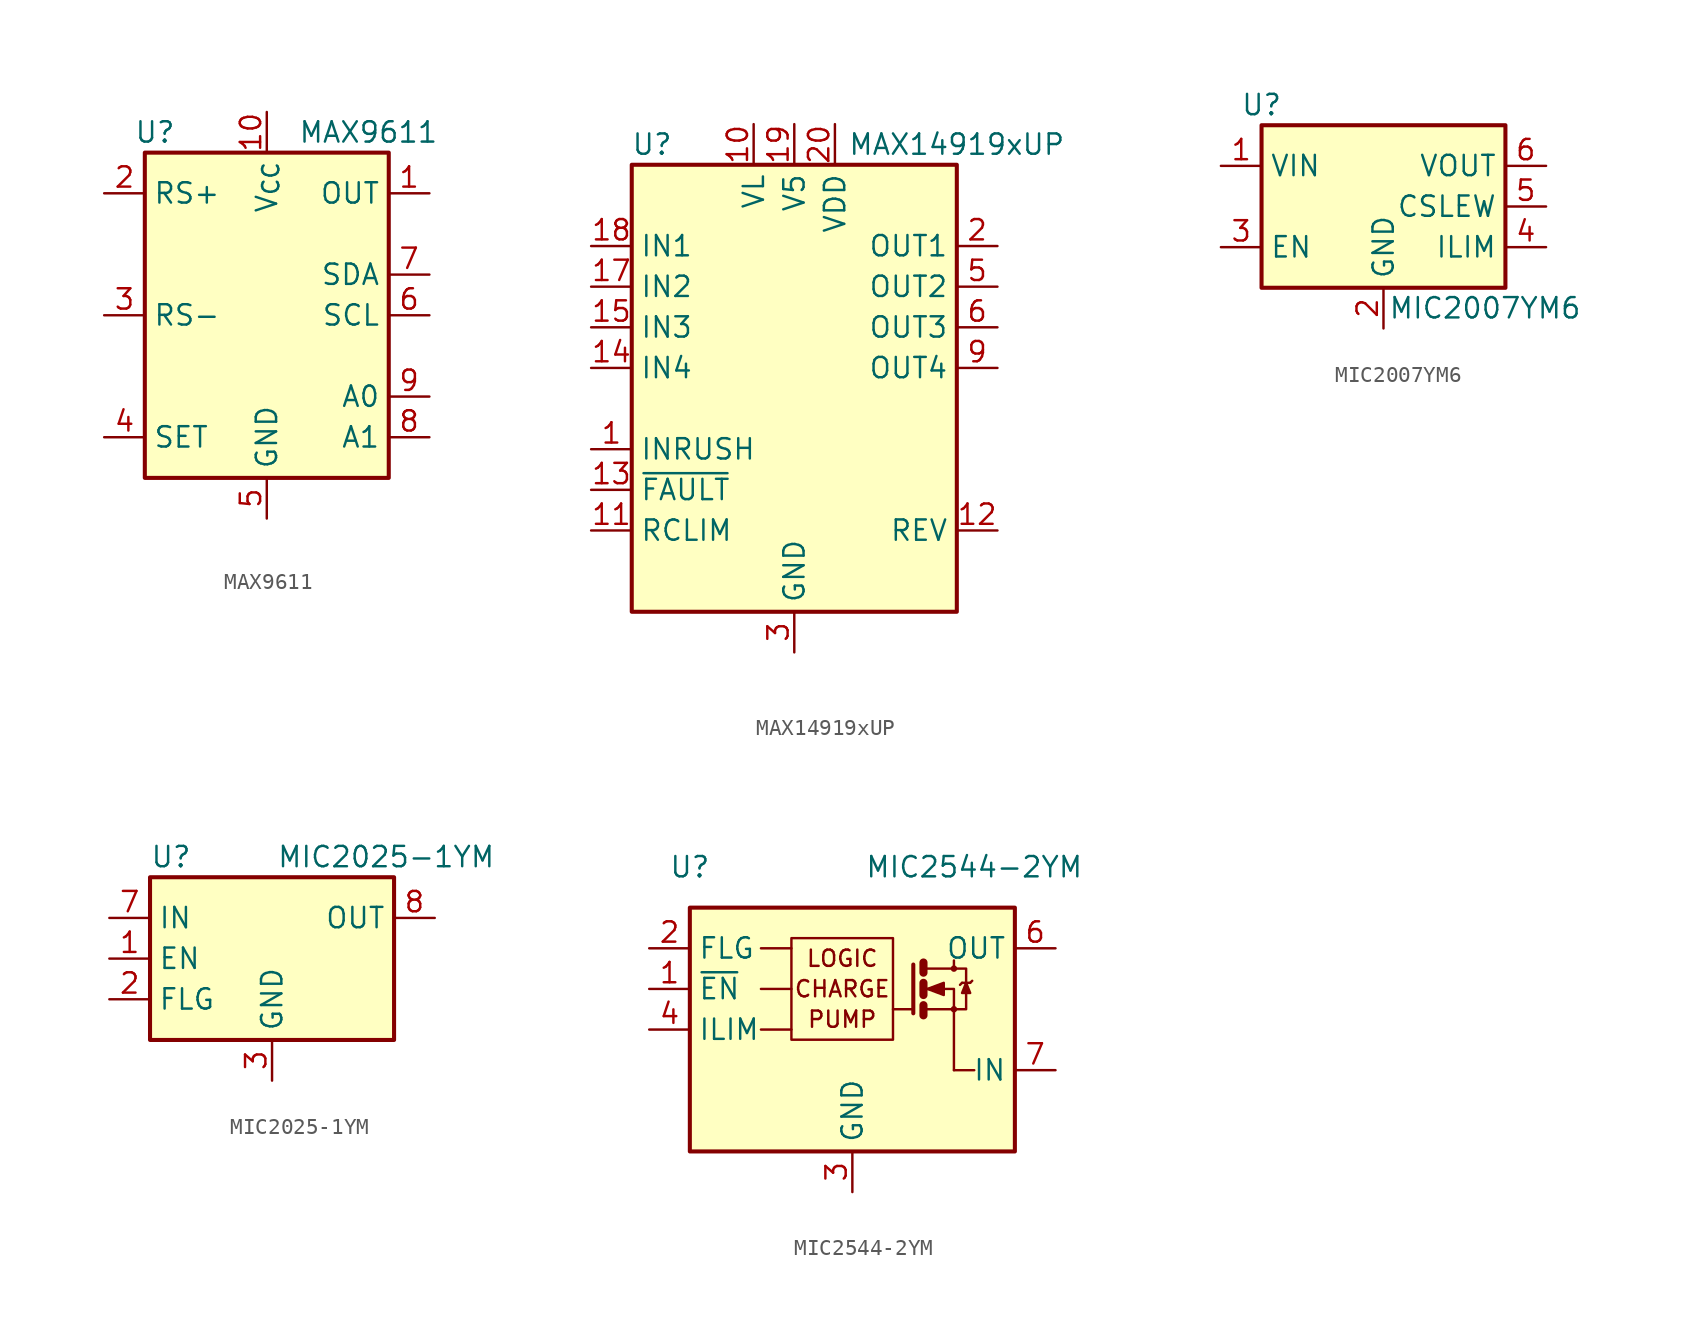
<source format=kicad_sym>
(kicad_symbol_lib
  (version 20231120)
  (generator "kicad_symbol_editor")
  (generator_version "8.0")
  (symbol "MAX9611"
    (property "Reference" "U"
      (at -6.985 11.43 0)
      (effects (font (size 1.27 1.27))))
    (property "Value" "MAX9611"
      (at 6.35 11.43 0)
      (effects (font (size 1.27 1.27))))
    (symbol "MAX9611_1_1"
      (rectangle (start -7.62 10.16) (end 7.62 -10.16) (stroke (width 0.254) (type default)) (fill (type background)))
      (pin output line (at 10.16 7.62 180) (length 2.54) (name "OUT" (effects (font (size 1.27 1.27)))) (number "1" (effects (font (size 1.27 1.27)))))
      (pin power_in line (at 0 12.7 270) (length 2.54) (name "V_{CC}" (effects (font (size 1.27 1.27)))) (number "10" (effects (font (size 1.27 1.27)))))
      (pin input line (at -10.16 7.62 0) (length 2.54) (name "RS+" (effects (font (size 1.27 1.27)))) (number "2" (effects (font (size 1.27 1.27)))))
      (pin input line (at -10.16 0 0) (length 2.54) (name "RS-" (effects (font (size 1.27 1.27)))) (number "3" (effects (font (size 1.27 1.27)))))
      (pin input line (at -10.16 -7.62 0) (length 2.54) (name "SET" (effects (font (size 1.27 1.27)))) (number "4" (effects (font (size 1.27 1.27)))))
      (pin power_in line (at 0 -12.7 90) (length 2.54) (name "GND" (effects (font (size 1.27 1.27)))) (number "5" (effects (font (size 1.27 1.27)))))
      (pin input line (at 10.16 0 180) (length 2.54) (name "SCL" (effects (font (size 1.27 1.27)))) (number "6" (effects (font (size 1.27 1.27)))))
      (pin bidirectional line (at 10.16 2.54 180) (length 2.54) (name "SDA" (effects (font (size 1.27 1.27)))) (number "7" (effects (font (size 1.27 1.27)))))
      (pin input line (at 10.16 -7.62 180) (length 2.54) (name "A1" (effects (font (size 1.27 1.27)))) (number "8" (effects (font (size 1.27 1.27)))))
      (pin input line (at 10.16 -5.08 180) (length 2.54) (name "A0" (effects (font (size 1.27 1.27)))) (number "9" (effects (font (size 1.27 1.27)))))))
  (symbol "MAX14919xUP"
    (property "Reference" "U"
      (at -8.89 13.97 0)
      (effects (font (size 1.27 1.27))))
    (property "Value" "MAX14919xUP"
      (at 10.16 13.97 0)
      (effects (font (size 1.27 1.27))))
    (symbol "MAX14919xUP_0_1"
      (rectangle (start -10.16 12.7) (end 10.16 -15.24) (stroke (width 0.254) (type default)) (fill (type background))))
    (symbol "MAX14919xUP_1_1"
      (pin input line (at -12.7 -5.08 0) (length 2.54) (name "INRUSH" (effects (font (size 1.27 1.27)))) (number "1" (effects (font (size 1.27 1.27)))))
      (pin power_in line (at -2.54 15.24 270) (length 2.54) (name "VL" (effects (font (size 1.27 1.27)))) (number "10" (effects (font (size 1.27 1.27)))))
      (pin passive line (at -12.7 -10.16 0) (length 2.54) (name "RCLIM" (effects (font (size 1.27 1.27)))) (number "11" (effects (font (size 1.27 1.27)))))
      (pin open_collector line (at 12.7 -10.16 180) (length 2.54) (name "REV" (effects (font (size 1.27 1.27)))) (number "12" (effects (font (size 1.27 1.27)))))
      (pin open_collector line (at -12.7 -7.62 0) (length 2.54) (name "~{FAULT}" (effects (font (size 1.27 1.27)))) (number "13" (effects (font (size 1.27 1.27)))))
      (pin input line (at -12.7 0 0) (length 2.54) (name "IN4" (effects (font (size 1.27 1.27)))) (number "14" (effects (font (size 1.27 1.27)))))
      (pin input line (at -12.7 2.54 0) (length 2.54) (name "IN3" (effects (font (size 1.27 1.27)))) (number "15" (effects (font (size 1.27 1.27)))))
      (pin passive line (at 0 -17.78 90) (length 2.54) hide (name "GND" (effects (font (size 1.27 1.27)))) (number "16" (effects (font (size 1.27 1.27)))))
      (pin input line (at -12.7 5.08 0) (length 2.54) (name "IN2" (effects (font (size 1.27 1.27)))) (number "17" (effects (font (size 1.27 1.27)))))
      (pin input line (at -12.7 7.62 0) (length 2.54) (name "IN1" (effects (font (size 1.27 1.27)))) (number "18" (effects (font (size 1.27 1.27)))))
      (pin power_out line (at 0 15.24 270) (length 2.54) (name "V5" (effects (font (size 1.27 1.27)))) (number "19" (effects (font (size 1.27 1.27)))))
      (pin open_collector line (at 12.7 7.62 180) (length 2.54) (name "OUT1" (effects (font (size 1.27 1.27)))) (number "2" (effects (font (size 1.27 1.27)))))
      (pin power_in line (at 2.54 15.24 270) (length 2.54) (name "VDD" (effects (font (size 1.27 1.27)))) (number "20" (effects (font (size 1.27 1.27)))))
      (pin passive line (at 0 -17.78 90) (length 2.54) hide (name "GND" (effects (font (size 1.27 1.27)))) (number "21" (effects (font (size 1.27 1.27)))))
      (pin power_in line (at 0 -17.78 90) (length 2.54) (name "GND" (effects (font (size 1.27 1.27)))) (number "3" (effects (font (size 1.27 1.27)))))
      (pin passive line (at 0 -17.78 90) (length 2.54) hide (name "GND" (effects (font (size 1.27 1.27)))) (number "4" (effects (font (size 1.27 1.27)))))
      (pin open_collector line (at 12.7 5.08 180) (length 2.54) (name "OUT2" (effects (font (size 1.27 1.27)))) (number "5" (effects (font (size 1.27 1.27)))))
      (pin open_collector line (at 12.7 2.54 180) (length 2.54) (name "OUT3" (effects (font (size 1.27 1.27)))) (number "6" (effects (font (size 1.27 1.27)))))
      (pin passive line (at 0 -17.78 90) (length 2.54) hide (name "GND" (effects (font (size 1.27 1.27)))) (number "7" (effects (font (size 1.27 1.27)))))
      (pin passive line (at 0 -17.78 90) (length 2.54) hide (name "GND" (effects (font (size 1.27 1.27)))) (number "8" (effects (font (size 1.27 1.27)))))
      (pin open_collector line (at 12.7 0 180) (length 2.54) (name "OUT4" (effects (font (size 1.27 1.27)))) (number "9" (effects (font (size 1.27 1.27)))))))
  (symbol "MIC2007YM6"
    (property "Reference" "U"
      (at -7.62 6.35 0)
      (effects (font (size 1.27 1.27))))
    (property "Value" "MIC2007YM6"
      (at 6.35 -6.35 0)
      (effects (font (size 1.27 1.27))))
    (symbol "MIC2007YM6_0_1"
      (rectangle (start -7.62 5.08) (end 7.62 -5.08) (stroke (width 0.254) (type default)) (fill (type background))))
    (symbol "MIC2007YM6_1_1"
      (pin power_in line (at -10.16 2.54 0) (length 2.54) (name "VIN" (effects (font (size 1.27 1.27)))) (number "1" (effects (font (size 1.27 1.27)))))
      (pin power_in line (at 0 -7.62 90) (length 2.54) (name "GND" (effects (font (size 1.27 1.27)))) (number "2" (effects (font (size 1.27 1.27)))))
      (pin input line (at -10.16 -2.54 0) (length 2.54) (name "EN" (effects (font (size 1.27 1.27)))) (number "3" (effects (font (size 1.27 1.27)))))
      (pin passive line (at 10.16 -2.54 180) (length 2.54) (name "ILIM" (effects (font (size 1.27 1.27)))) (number "4" (effects (font (size 1.27 1.27)))))
      (pin passive line (at 10.16 0 180) (length 2.54) (name "CSLEW" (effects (font (size 1.27 1.27)))) (number "5" (effects (font (size 1.27 1.27)))))
      (pin power_out line (at 10.16 2.54 180) (length 2.54) (name "VOUT" (effects (font (size 1.27 1.27)))) (number "6" (effects (font (size 1.27 1.27)))))))
  (symbol "MIC2025-1YM"
    (property "Reference" "U"
      (at -7.62 6.35 0)
      (effects (font (size 1.27 1.27)) (justify left)))
    (property "Value" "MIC2025-1YM"
      (at 13.97 6.35 0)
      (effects (font (size 1.27 1.27)) (justify right)))
    (symbol "MIC2025-1YM_0_1"
      (rectangle (start -7.62 5.08) (end 7.62 -5.08) (stroke (width 0.254) (type default)) (fill (type background))))
    (symbol "MIC2025-1YM_1_1"
      (pin input line (at -10.16 0 0) (length 2.54) (name "EN" (effects (font (size 1.27 1.27)))) (number "1" (effects (font (size 1.27 1.27)))))
      (pin open_collector line (at -10.16 -2.54 0) (length 2.54) (name "FLG" (effects (font (size 1.27 1.27)))) (number "2" (effects (font (size 1.27 1.27)))))
      (pin power_in line (at 0 -7.62 90) (length 2.54) (name "GND" (effects (font (size 1.27 1.27)))) (number "3" (effects (font (size 1.27 1.27)))))
      (pin no_connect line (at 7.62 0 180) (length 2.54) hide (name "NC" (effects (font (size 1.27 1.27)))) (number "4" (effects (font (size 1.27 1.27)))))
      (pin no_connect line (at 7.62 -2.54 180) (length 2.54) hide (name "NC" (effects (font (size 1.27 1.27)))) (number "5" (effects (font (size 1.27 1.27)))))
      (pin passive line (at 10.16 2.54 180) (length 2.54) hide (name "OUT" (effects (font (size 1.27 1.27)))) (number "6" (effects (font (size 1.27 1.27)))))
      (pin power_in line (at -10.16 2.54 0) (length 2.54) (name "IN" (effects (font (size 1.27 1.27)))) (number "7" (effects (font (size 1.27 1.27)))))
      (pin power_out line (at 10.16 2.54 180) (length 2.54) (name "OUT" (effects (font (size 1.27 1.27)))) (number "8" (effects (font (size 1.27 1.27)))))))
  (symbol "MIC2544-2YM"
    (property "Reference" "U"
      (at -10.16 10.16 0)
      (effects (font (size 1.27 1.27))))
    (property "Value" "MIC2544-2YM"
      (at 7.62 10.16 0)
      (effects (font (size 1.27 1.27))))
    (symbol "MIC2544-2YM_0_0"
      (rectangle (start -10.16 7.62) (end 10.16 -7.62) (stroke (width 0.254) (type default)) (fill (type background)))
      (rectangle (start -3.81 5.715) (end 2.54 -0.635) (stroke (width 0.152) (type default)) (fill (type none)))
      (polyline (pts (xy -5.715 2.54) (xy -3.81 2.54)) (stroke (width 0.152) (type default)) (fill (type none)))
      (polyline (pts (xy -5.715 5.08) (xy -3.81 5.08)) (stroke (width 0.152) (type default)) (fill (type none)))
      (polyline (pts (xy -3.81 0) (xy -5.715 0)) (stroke (width 0.152) (type default)) (fill (type none)))
      (polyline (pts (xy 6.35 -2.54) (xy 7.62 -2.54)) (stroke (width 0.152) (type default)) (fill (type none)))
      (text "CHARGE" (at -0.635 2.54 0) (effects (font (size 1.016 1.016))))
      (text "LOGIC" (at -0.635 4.445 0) (effects (font (size 1.016 1.016))))
      (text "PUMP" (at -0.635 0.635 0) (effects (font (size 1.016 1.016)))))
    (symbol "MIC2544-2YM_0_1"
      (polyline (pts (xy 3.81 1.27) (xy 2.54 1.27)) (stroke (width 0) (type default)) (fill (type none)))
      (polyline (pts (xy 4.445 1.524) (xy 4.445 0.889)) (stroke (width 0.508) (type default)) (fill (type none)))
      (polyline (pts (xy 4.445 2.921) (xy 4.445 2.159)) (stroke (width 0.508) (type default)) (fill (type none)))
      (polyline (pts (xy 4.445 4.191) (xy 4.445 3.556)) (stroke (width 0.508) (type default)) (fill (type none)))
      (polyline (pts (xy 4.572 1.27) (xy 6.35 1.27)) (stroke (width 0) (type default)) (fill (type none)))
      (polyline (pts (xy 4.572 3.81) (xy 6.35 3.81)) (stroke (width 0) (type default)) (fill (type none)))
      (polyline (pts (xy 6.35 3.81) (xy 6.35 4.318)) (stroke (width 0.152) (type default)) (fill (type none)))
      (polyline (pts (xy 6.858 2.921) (xy 6.731 2.794)) (stroke (width 0) (type default)) (fill (type none)))
      (polyline (pts (xy 6.858 2.921) (xy 7.366 2.921)) (stroke (width 0) (type default)) (fill (type none)))
      (polyline (pts (xy 7.366 2.921) (xy 7.493 3.048)) (stroke (width 0) (type default)) (fill (type none)))
      (polyline (pts (xy 3.81 4.064) (xy 3.81 1.016) (xy 3.81 1.016)) (stroke (width 0.254) (type default)) (fill (type none)))
      (polyline (pts (xy 4.572 2.54) (xy 6.35 2.54) (xy 6.35 -2.54)) (stroke (width 0) (type default)) (fill (type none)))
      (polyline (pts (xy 6.35 1.27) (xy 7.112 1.27) (xy 7.112 3.81) (xy 6.35 3.81)) (stroke (width 0) (type default)) (fill (type none)))
      (polyline (pts (xy 7.112 2.921) (xy 6.858 2.286) (xy 7.366 2.286) (xy 7.112 2.921)) (stroke (width 0) (type default)) (fill (type outline)))
      (polyline (pts (xy 4.699 2.54) (xy 5.715 2.921) (xy 5.715 2.159) (xy 4.699 2.54) (xy 4.826 2.54) (xy 4.826 2.54)) (stroke (width 0) (type default)) (fill (type outline)))
      (circle (center 6.35 1.27) (radius 0.127) (stroke (width 0) (type default)) (fill (type none)))
      (circle (center 6.35 3.81) (radius 0.127) (stroke (width 0) (type default)) (fill (type none))))
    (symbol "MIC2544-2YM_1_1"
      (pin input line (at -12.7 2.54 0) (length 2.54) (name "~{EN}" (effects (font (size 1.27 1.27)))) (number "1" (effects (font (size 1.27 1.27)))))
      (pin open_collector line (at -12.7 5.08 0) (length 2.54) (name "FLG" (effects (font (size 1.27 1.27)))) (number "2" (effects (font (size 1.27 1.27)))))
      (pin power_in line (at 0 -10.16 90) (length 2.54) (name "GND" (effects (font (size 1.27 1.27)))) (number "3" (effects (font (size 1.27 1.27)))))
      (pin input line (at -12.7 0 0) (length 2.54) (name "ILIM" (effects (font (size 1.27 1.27)))) (number "4" (effects (font (size 1.27 1.27)))))
      (pin no_connect line (at -10.16 -5.08 0) (length 2.54) hide (name "NC" (effects (font (size 1.27 1.27)))) (number "5" (effects (font (size 1.27 1.27)))))
      (pin output line (at 12.7 5.08 180) (length 2.54) (name "OUT" (effects (font (size 1.27 1.27)))) (number "6" (effects (font (size 1.27 1.27)))))
      (pin passive line (at 12.7 -2.54 180) (length 2.54) (name "IN" (effects (font (size 1.27 1.27)))) (number "7" (effects (font (size 1.27 1.27)))))
      (pin passive line (at 12.7 5.08 180) (length 2.54) hide (name "OUT" (effects (font (size 1.27 1.27)))) (number "8" (effects (font (size 1.27 1.27))))))))
</source>
